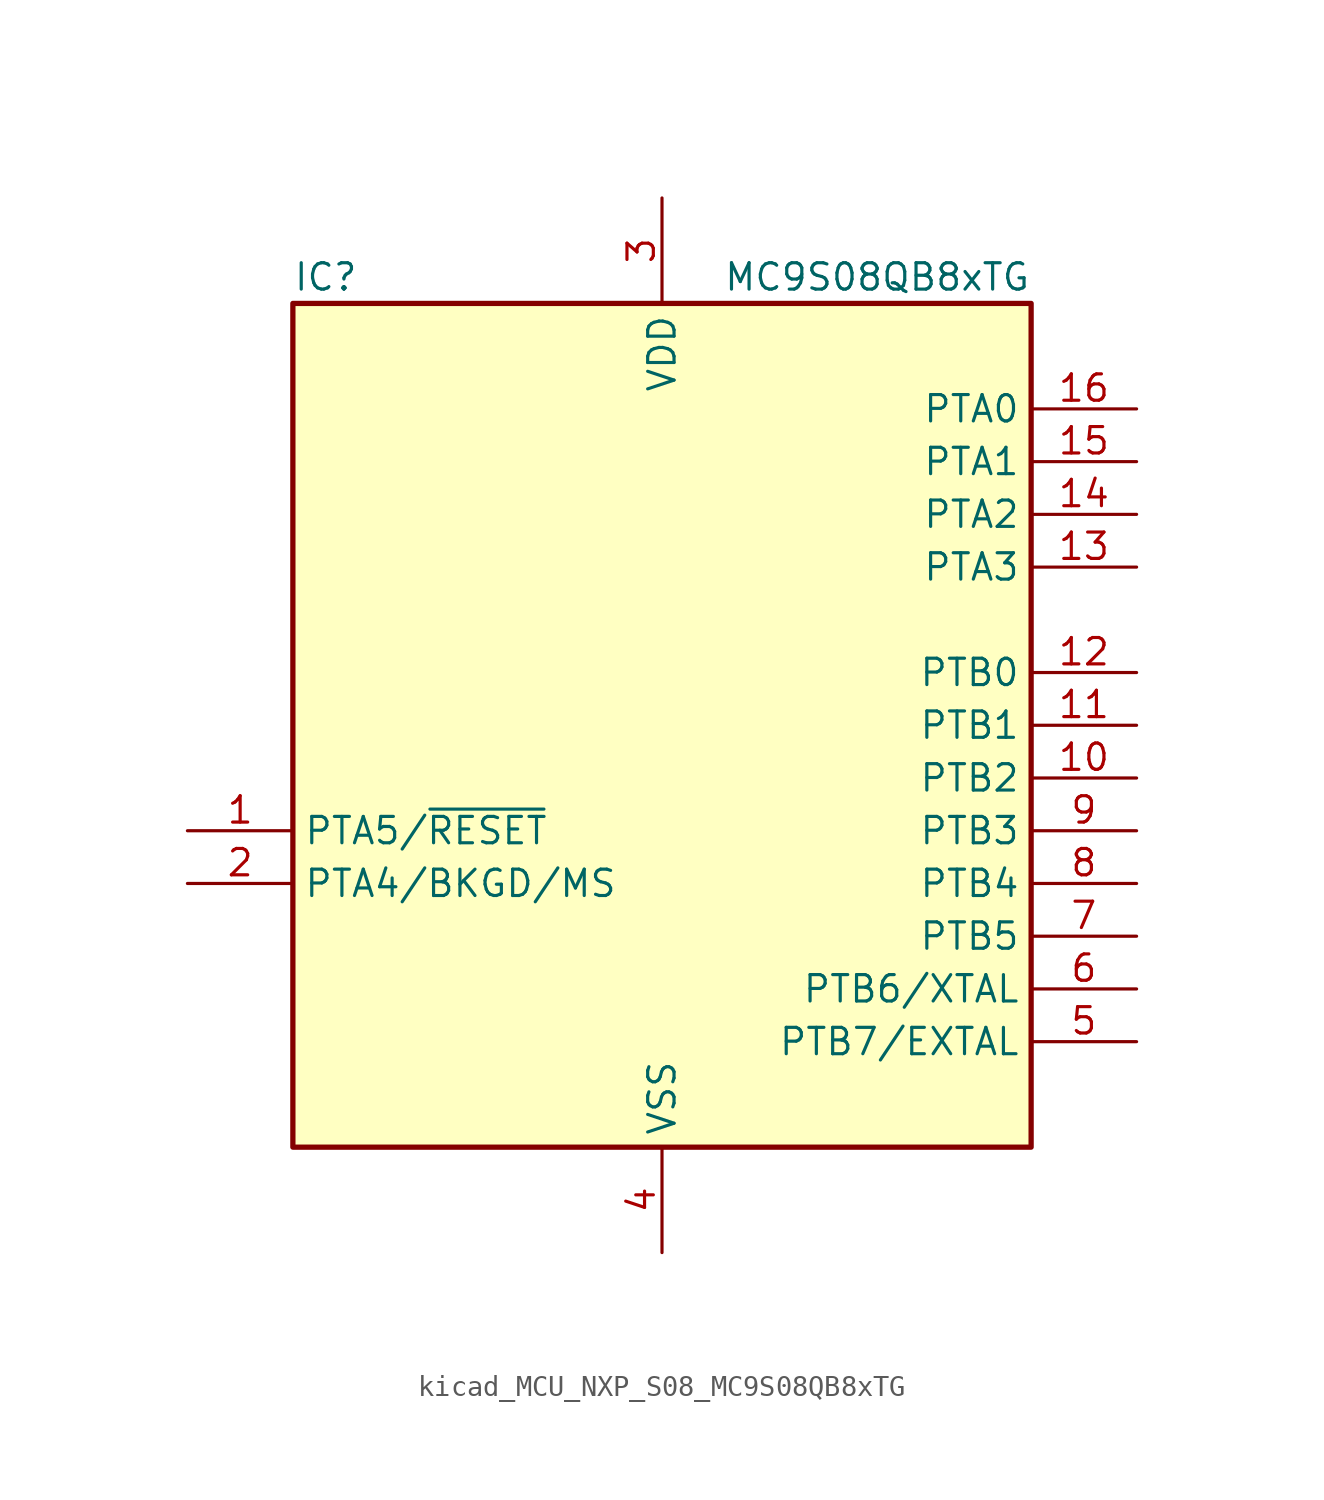
<source format=kicad_sym>
(kicad_symbol_lib
  (version 20220914)
  (generator kicad_symbol_editor)
  (symbol "kicad_MCU_NXP_S08_MC9S08QB8xTG"
    (property "Reference" "IC"
      (at -17.78 21.59 0)
      (effects (font (size 1.27 1.27)) (justify left)))
    (property "Value" "MC9S08QB8xTG"
      (at 17.78 21.59 0)
      (effects (font (size 1.27 1.27)) (justify right)))
    (symbol "kicad_MCU_NXP_S08_MC9S08QB8xTG_0_1"
      (rectangle (start -17.78 20.32) (end 17.78 -20.32) (stroke (width 0.254) (type default)) (fill (type background))))
    (symbol "kicad_MCU_NXP_S08_MC9S08QB8xTG_1_1"
      (pin bidirectional line (at -22.86 -5.08 0) (length 5.08) (name "PTA5/~{RESET}" (effects (font (size 1.27 1.27)))) (number "1" (effects (font (size 1.27 1.27)))))
      (pin bidirectional line (at 22.86 -2.54 180) (length 5.08) (name "PTB2" (effects (font (size 1.27 1.27)))) (number "10" (effects (font (size 1.27 1.27)))))
      (pin bidirectional line (at 22.86 0 180) (length 5.08) (name "PTB1" (effects (font (size 1.27 1.27)))) (number "11" (effects (font (size 1.27 1.27)))))
      (pin bidirectional line (at 22.86 2.54 180) (length 5.08) (name "PTB0" (effects (font (size 1.27 1.27)))) (number "12" (effects (font (size 1.27 1.27)))))
      (pin bidirectional line (at 22.86 7.62 180) (length 5.08) (name "PTA3" (effects (font (size 1.27 1.27)))) (number "13" (effects (font (size 1.27 1.27)))))
      (pin bidirectional line (at 22.86 10.16 180) (length 5.08) (name "PTA2" (effects (font (size 1.27 1.27)))) (number "14" (effects (font (size 1.27 1.27)))))
      (pin bidirectional line (at 22.86 12.7 180) (length 5.08) (name "PTA1" (effects (font (size 1.27 1.27)))) (number "15" (effects (font (size 1.27 1.27)))))
      (pin bidirectional line (at 22.86 15.24 180) (length 5.08) (name "PTA0" (effects (font (size 1.27 1.27)))) (number "16" (effects (font (size 1.27 1.27)))))
      (pin bidirectional line (at -22.86 -7.62 0) (length 5.08) (name "PTA4/BKGD/MS" (effects (font (size 1.27 1.27)))) (number "2" (effects (font (size 1.27 1.27)))))
      (pin power_in line (at 0 25.4 270) (length 5.08) (name "VDD" (effects (font (size 1.27 1.27)))) (number "3" (effects (font (size 1.27 1.27)))))
      (pin power_in line (at 0 -25.4 90) (length 5.08) (name "VSS" (effects (font (size 1.27 1.27)))) (number "4" (effects (font (size 1.27 1.27)))))
      (pin bidirectional line (at 22.86 -15.24 180) (length 5.08) (name "PTB7/EXTAL" (effects (font (size 1.27 1.27)))) (number "5" (effects (font (size 1.27 1.27)))))
      (pin bidirectional line (at 22.86 -12.7 180) (length 5.08) (name "PTB6/XTAL" (effects (font (size 1.27 1.27)))) (number "6" (effects (font (size 1.27 1.27)))))
      (pin bidirectional line (at 22.86 -10.16 180) (length 5.08) (name "PTB5" (effects (font (size 1.27 1.27)))) (number "7" (effects (font (size 1.27 1.27)))))
      (pin bidirectional line (at 22.86 -7.62 180) (length 5.08) (name "PTB4" (effects (font (size 1.27 1.27)))) (number "8" (effects (font (size 1.27 1.27)))))
      (pin bidirectional line (at 22.86 -5.08 180) (length 5.08) (name "PTB3" (effects (font (size 1.27 1.27)))) (number "9" (effects (font (size 1.27 1.27))))))))
</source>
